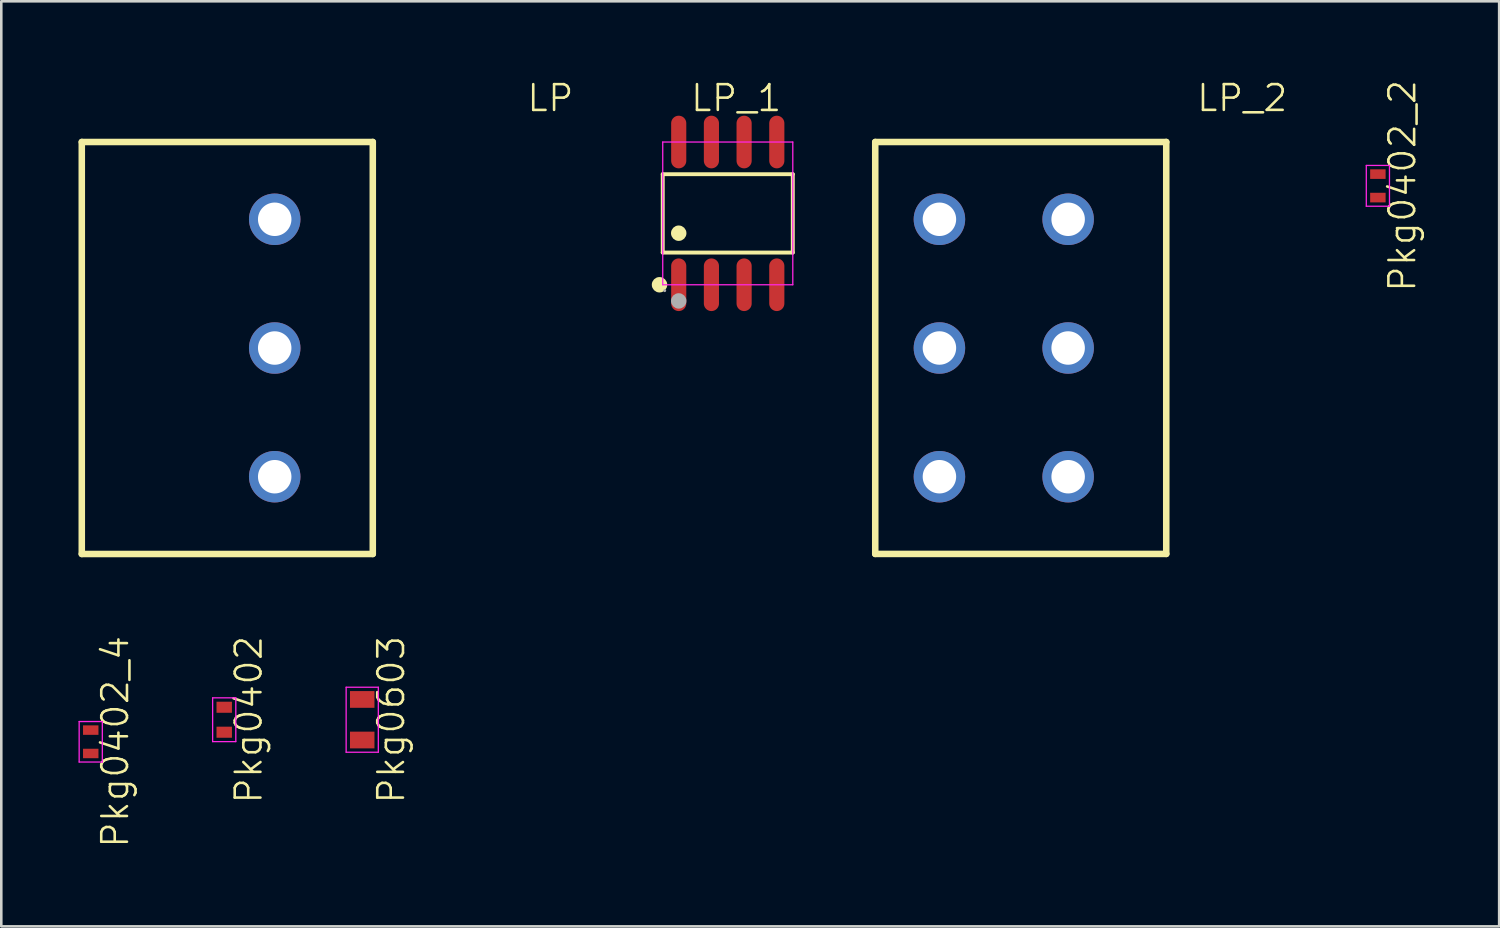
<source format=kicad_pcb>
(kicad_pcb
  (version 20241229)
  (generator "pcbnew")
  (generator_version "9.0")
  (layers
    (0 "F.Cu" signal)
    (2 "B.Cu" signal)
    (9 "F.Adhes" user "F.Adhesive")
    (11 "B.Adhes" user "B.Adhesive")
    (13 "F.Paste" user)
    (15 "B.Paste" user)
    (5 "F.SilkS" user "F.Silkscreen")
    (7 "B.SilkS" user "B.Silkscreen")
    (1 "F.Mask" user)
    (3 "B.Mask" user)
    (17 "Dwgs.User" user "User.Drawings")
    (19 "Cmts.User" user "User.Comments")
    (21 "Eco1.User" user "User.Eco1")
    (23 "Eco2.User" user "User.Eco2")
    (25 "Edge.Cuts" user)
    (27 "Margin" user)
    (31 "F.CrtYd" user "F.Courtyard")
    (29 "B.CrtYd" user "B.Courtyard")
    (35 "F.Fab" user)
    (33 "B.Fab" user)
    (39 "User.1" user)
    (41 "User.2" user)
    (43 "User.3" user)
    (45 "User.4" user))
  (footprint "LP"
    (layer "F.Cu")
    (at 18.86 10.468)
    (property "Reference" "LP" (at -1.5 -9.707 0) (layer "F.SilkS") (effects (font (size 1 1) (thickness 0.1)) (justify left)))
    (fp_line (start -18.733 -8.002) (end -18.733 8.001) (stroke (width 0.254) (type solid)) (layer "F.SilkS"))
    (fp_line (start -18.733 8.002) (end -7.429 8.002) (stroke (width 0.254) (type solid)) (layer "F.SilkS"))
    (fp_line (start -7.429 -8.002) (end -18.733 -8.002) (stroke (width 0.254) (type solid)) (layer "F.SilkS"))
    (fp_line (start -7.429 -8.002) (end -7.429 8) (stroke (width 0.254) (type solid)) (layer "F.SilkS"))
    (pad "1" thru_hole circle (at -11.239 5) (size 2 2) (drill 1.3) (layers "*.Cu" "*.Mask"))
    (pad "2" thru_hole circle (at -11.239 0.001) (size 2 2) (drill 1.3) (layers "*.Cu" "*.Mask"))
    (pad "3" thru_hole circle (at -11.239 -5) (size 2 2) (drill 1.3) (layers "*.Cu" "*.Mask")))
  (footprint "LP_1"
    (layer "F.Cu")
    (at 25.22 5.239)
    (property "Reference" "LP_1" (at -1.5 -4.478 0) (layer "F.SilkS") (effects (font (size 1 1) (thickness 0.1)) (justify left)))
    (fp_line (start -2.526 -1.522) (end 2.526 -1.522) (stroke (width 0.152) (type solid)) (layer "F.SilkS"))
    (fp_line (start -2.526 1.522) (end -2.526 -1.522) (stroke (width 0.152) (type solid)) (layer "F.SilkS"))
    (fp_line (start 2.526 -1.522) (end 2.526 1.522) (stroke (width 0.152) (type solid)) (layer "F.SilkS"))
    (fp_line (start 2.526 1.522) (end -2.526 1.522) (stroke (width 0.152) (type solid)) (layer "F.SilkS"))
    (fp_arc (start -2.501 2.7725) (mid -2.801 2.7725) (end -2.501 2.7725) (stroke (width 0.3) (type solid)) (layer "F.SilkS"))
    (fp_arc (start -1.755 0.7695) (mid -2.055 0.7695) (end -1.755 0.7695) (stroke (width 0.3) (type solid)) (layer "F.SilkS"))
    (fp_line (start -2.526 -2.772) (end -2.526 2.772) (stroke (width 0.05) (type solid)) (layer "F.CrtYd"))
    (fp_line (start -2.526 2.772) (end 2.526 2.772) (stroke (width 0.05) (type solid)) (layer "F.CrtYd"))
    (fp_line (start 2.526 -2.772) (end -2.526 -2.772) (stroke (width 0.05) (type solid)) (layer "F.CrtYd"))
    (fp_line (start 2.526 2.772) (end 2.526 -2.772) (stroke (width 0.05) (type solid)) (layer "F.CrtYd"))
    (fp_arc (start -2.42 3.0005) (mid -2.48 3.0005) (end -2.42 3.0005) (stroke (width 0.06) (type solid)) (layer "F.Fab"))
    (fp_arc (start -1.755 3.4005) (mid -2.055 3.4005) (end -1.755 3.4005) (stroke (width 0.3) (type solid)) (layer "F.Fab"))
    (pad "1" smd oval (at -1.905 2.772) (size 0.588 2.045) (layers "F.Cu" "F.Mask" "F.Paste"))
    (pad "2" smd oval (at -0.635 2.772) (size 0.588 2.045) (layers "F.Cu" "F.Mask" "F.Paste"))
    (pad "3" smd oval (at 0.635 2.772) (size 0.588 2.045) (layers "F.Cu" "F.Mask" "F.Paste"))
    (pad "4" smd oval (at 1.905 2.772) (size 0.588 2.045) (layers "F.Cu" "F.Mask" "F.Paste"))
    (pad "5" smd oval (at 1.905 -2.772) (size 0.588 2.045) (layers "F.Cu" "F.Mask" "F.Paste"))
    (pad "6" smd oval (at 0.635 -2.772) (size 0.588 2.045) (layers "F.Cu" "F.Mask" "F.Paste"))
    (pad "7" smd oval (at -0.635 -2.772) (size 0.588 2.045) (layers "F.Cu" "F.Mask" "F.Paste"))
    (pad "8" smd oval (at -1.905 -2.772) (size 0.588 2.045) (layers "F.Cu" "F.Mask" "F.Paste")))
  (footprint "Pkg0402_4"
    (layer "F.Cu")
    (at 0.475 25.765)
    (property "Reference" "Pkg0402_4" (at 0.95 0 90) (layer "F.SilkS") (effects (font (size 1 1) (thickness 0.1))))
    (fp_line (start -0.45 -0.787) (end -0.45 0.787) (stroke (width 0.05) (type solid)) (layer "F.CrtYd"))
    (fp_line (start -0.45 0.787) (end 0.45 0.787) (stroke (width 0.05) (type solid)) (layer "F.CrtYd"))
    (fp_line (start 0.45 -0.787) (end -0.45 -0.787) (stroke (width 0.05) (type solid)) (layer "F.CrtYd"))
    (fp_line (start 0.45 0.787) (end 0.45 -0.787) (stroke (width 0.05) (type solid)) (layer "F.CrtYd"))
    (pad "1" smd rect (at 0 -0.454) (size 0.6 0.368) (layers "F.Cu" "F.Mask" "F.Paste"))
    (pad "2" smd rect (at 0 0.454) (size 0.6 0.368) (layers "F.Cu" "F.Mask" "F.Paste")))
  (footprint "LP_2"
    (layer "F.Cu")
    (at 44.876 10.467)
    (property "Reference" "LP_2" (at -1.5 -9.707 0) (layer "F.SilkS") (effects (font (size 1 1) (thickness 0.1)) (justify left)))
    (fp_line (start -13.927 -8.001) (end -13.927 8) (stroke (width 0.254) (type solid)) (layer "F.SilkS"))
    (fp_line (start -13.927 8.001) (end -2.623 8.001) (stroke (width 0.254) (type solid)) (layer "F.SilkS"))
    (fp_line (start -2.623 -8.001) (end -13.927 -8.001) (stroke (width 0.254) (type solid)) (layer "F.SilkS"))
    (fp_line (start -2.623 -8.001) (end -2.623 7.999) (stroke (width 0.254) (type solid)) (layer "F.SilkS"))
    (pad "1" thru_hole circle (at -6.434 5.001) (size 2 2) (drill 1.3) (layers "*.Cu" "*.Mask"))
    (pad "2" thru_hole circle (at -6.434 0.001) (size 2 2) (drill 1.3) (layers "*.Cu" "*.Mask"))
    (pad "3" thru_hole circle (at -6.434 -4.999) (size 2 2) (drill 1.3) (layers "*.Cu" "*.Mask"))
    (pad "4" thru_hole circle (at -11.434 5.001) (size 2 2) (drill 1.3) (layers "*.Cu" "*.Mask"))
    (pad "5" thru_hole circle (at -11.434 0.001) (size 2 2) (drill 1.3) (layers "*.Cu" "*.Mask"))
    (pad "6" thru_hole circle (at -11.434 -4.999) (size 2 2) (drill 1.3) (layers "*.Cu" "*.Mask")))
  (footprint "Pkg0603"
    (layer "F.Cu")
    (at 11.021 24.908)
    (property "Reference" "Pkg0603" (at 1.125 0 90) (layer "F.SilkS") (effects (font (size 1 1) (thickness 0.1))))
    (fp_line (start -0.625 -1.262) (end -0.625 1.262) (stroke (width 0.05) (type solid)) (layer "F.CrtYd"))
    (fp_line (start -0.625 1.262) (end 0.625 1.262) (stroke (width 0.05) (type solid)) (layer "F.CrtYd"))
    (fp_line (start 0.625 -1.262) (end -0.625 -1.262) (stroke (width 0.05) (type solid)) (layer "F.CrtYd"))
    (fp_line (start 0.625 1.262) (end 0.625 -1.262) (stroke (width 0.05) (type solid)) (layer "F.CrtYd"))
    (pad "1" smd rect (at 0 -0.788) (size 0.95 0.65) (layers "F.Cu" "F.Mask" "F.Paste"))
    (pad "2" smd rect (at 0 0.788) (size 0.95 0.65) (layers "F.Cu" "F.Mask" "F.Paste")))
  (footprint "Pkg0402"
    (layer "F.Cu")
    (at 5.66 24.908)
    (property "Reference" "Pkg0402" (at 0.95 0 90) (layer "F.SilkS") (effects (font (size 1 1) (thickness 0.1))))
    (fp_line (start -0.45 -0.85) (end -0.45 0.85) (stroke (width 0.05) (type solid)) (layer "F.CrtYd"))
    (fp_line (start -0.45 0.85) (end 0.45 0.85) (stroke (width 0.05) (type solid)) (layer "F.CrtYd"))
    (fp_line (start 0.45 -0.85) (end -0.45 -0.85) (stroke (width 0.05) (type solid)) (layer "F.CrtYd"))
    (fp_line (start 0.45 0.85) (end 0.45 -0.85) (stroke (width 0.05) (type solid)) (layer "F.CrtYd"))
    (pad "1" smd rect (at 0 -0.485) (size 0.6 0.43) (layers "F.Cu" "F.Mask" "F.Paste"))
    (pad "2" smd rect (at 0 0.485) (size 0.6 0.43) (layers "F.Cu" "F.Mask" "F.Paste")))
  (footprint "Pkg0402_2"
    (layer "F.Cu")
    (at 50.474 4.169)
    (property "Reference" "Pkg0402_2" (at 0.95 0 90) (layer "F.SilkS") (effects (font (size 1 1) (thickness 0.1))))
    (fp_line (start -0.45 -0.792) (end -0.45 0.792) (stroke (width 0.05) (type solid)) (layer "F.CrtYd"))
    (fp_line (start -0.45 0.792) (end 0.45 0.792) (stroke (width 0.05) (type solid)) (layer "F.CrtYd"))
    (fp_line (start 0.45 -0.792) (end -0.45 -0.792) (stroke (width 0.05) (type solid)) (layer "F.CrtYd"))
    (fp_line (start 0.45 0.792) (end 0.45 -0.792) (stroke (width 0.05) (type solid)) (layer "F.CrtYd"))
    (pad "1" smd rect (at 0 -0.456) (size 0.6 0.373) (layers "F.Cu" "F.Mask" "F.Paste"))
    (pad "2" smd rect (at 0 0.456) (size 0.6 0.373) (layers "F.Cu" "F.Mask" "F.Paste")))
  (gr_rect
    (start -3 -3)
    (end 55.185 32.934)
    (stroke (width 0.1) (type default))
    (fill no)
    (layer "Edge.Cuts")))
</source>
